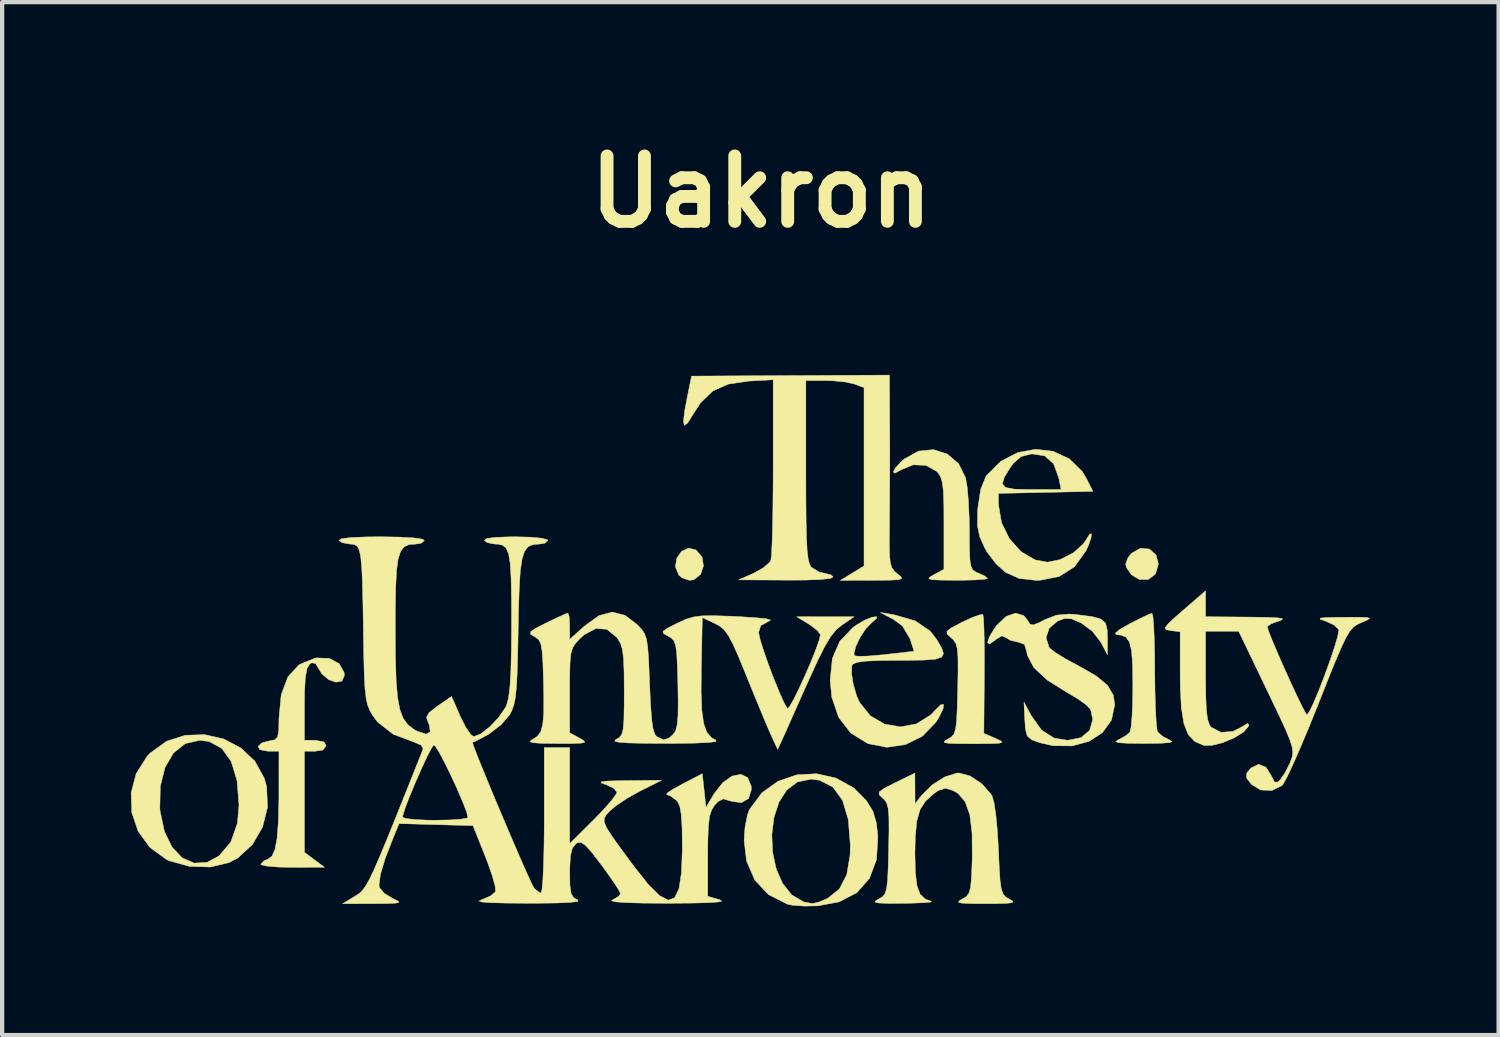
<source format=kicad_pcb>
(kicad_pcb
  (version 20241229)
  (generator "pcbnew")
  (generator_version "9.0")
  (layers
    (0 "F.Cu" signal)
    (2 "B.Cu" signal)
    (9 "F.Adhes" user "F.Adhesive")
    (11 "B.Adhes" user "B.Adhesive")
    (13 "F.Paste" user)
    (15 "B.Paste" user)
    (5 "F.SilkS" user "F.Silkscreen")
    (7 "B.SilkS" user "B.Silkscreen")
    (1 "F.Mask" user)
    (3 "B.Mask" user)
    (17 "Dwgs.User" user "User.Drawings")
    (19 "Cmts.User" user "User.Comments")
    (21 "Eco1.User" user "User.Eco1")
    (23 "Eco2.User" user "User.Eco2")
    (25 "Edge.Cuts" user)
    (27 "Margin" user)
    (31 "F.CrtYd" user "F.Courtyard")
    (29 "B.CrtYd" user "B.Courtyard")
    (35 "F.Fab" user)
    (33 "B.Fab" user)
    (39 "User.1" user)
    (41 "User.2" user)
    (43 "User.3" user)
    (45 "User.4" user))
  (footprint "Uakron"
    (layer "F.Cu")
    (at 14.457 11.828)
    (property "Reference" "Uakron" (at 0.23 -10.41 0) (layer "F.SilkS") (effects (font (size 1.524 1.524) (thickness 0.3))))
    (attr through_hole)
    (fp_poly (pts (xy -1.291 -2.065) (xy -1.149 -1.899) (xy -1.116 -1.691) (xy -1.182 -1.497) (xy -1.335 -1.373) (xy -1.439 -1.355) (xy -1.618 -1.416) (xy -1.689 -1.477) (xy -1.77 -1.671) (xy -1.739 -1.871) (xy -1.627 -2.031) (xy -1.462 -2.107) (xy -1.291 -2.065)) (stroke (width 0.01) (type solid)) (fill yes) (layer "F.SilkS"))
    (fp_poly (pts (xy 9.274 -2.085) (xy 9.43 -1.946) (xy 9.483 -1.736) (xy 9.417 -1.506) (xy 9.254 -1.378) (xy 9.043 -1.373) (xy 8.854 -1.488) (xy 8.746 -1.644) (xy 8.721 -1.736) (xy 8.776 -1.884) (xy 8.854 -1.984) (xy 9.066 -2.104) (xy 9.274 -2.085)) (stroke (width 0.01) (type solid)) (fill yes) (layer "F.SilkS"))
    (fp_poly (pts (xy 5.409 -0.465) (xy 5.42 -0.229) (xy 5.427 0.116) (xy 5.429 0.543) (xy 5.428 0.846) (xy 5.417 2.209) (xy 5.693 2.329) (xy 5.811 2.384) (xy 5.843 2.419) (xy 5.77 2.439) (xy 5.57 2.448) (xy 5.224 2.451) (xy 5.165 2.451) (xy 4.799 2.449) (xy 4.581 2.44) (xy 4.491 2.419) (xy 4.507 2.383) (xy 4.572 2.346) (xy 4.66 2.295) (xy 4.72 2.226) (xy 4.759 2.109) (xy 4.783 1.913) (xy 4.797 1.608) (xy 4.808 1.183) (xy 4.816 0.74) (xy 4.814 0.435) (xy 4.798 0.236) (xy 4.764 0.112) (xy 4.707 0.029) (xy 4.655 -0.017) (xy 4.563 -0.102) (xy 4.555 -0.168) (xy 4.653 -0.245) (xy 4.878 -0.364) (xy 4.914 -0.383) (xy 5.156 -0.495) (xy 5.333 -0.557) (xy 5.395 -0.56) (xy 5.409 -0.465)) (stroke (width 0.01) (type solid)) (fill yes) (layer "F.SilkS"))
    (fp_poly (pts (xy 9.356 -0.51) (xy 9.375 -0.291) (xy 9.389 0.041) (xy 9.398 0.457) (xy 9.399 0.741) (xy 9.404 1.204) (xy 9.415 1.611) (xy 9.432 1.929) (xy 9.452 2.128) (xy 9.465 2.176) (xy 9.589 2.283) (xy 9.739 2.361) (xy 9.8 2.4) (xy 9.738 2.426) (xy 9.538 2.44) (xy 9.186 2.445) (xy 9.144 2.445) (xy 8.776 2.441) (xy 8.563 2.428) (xy 8.489 2.403) (xy 8.538 2.365) (xy 8.549 2.361) (xy 8.731 2.261) (xy 8.823 2.176) (xy 8.849 2.055) (xy 8.87 1.802) (xy 8.884 1.457) (xy 8.889 1.096) (xy 8.883 0.624) (xy 8.86 0.295) (xy 8.811 0.085) (xy 8.728 -0.032) (xy 8.603 -0.081) (xy 8.513 -0.089) (xy 8.474 -0.122) (xy 8.587 -0.214) (xy 8.805 -0.339) (xy 9.059 -0.468) (xy 9.253 -0.559) (xy 9.335 -0.589) (xy 9.356 -0.51)) (stroke (width 0.01) (type solid)) (fill yes) (layer "F.SilkS"))
    (fp_poly (pts (xy 4.565 -4.299) (xy 4.83 -4.072) (xy 4.992 -3.743) (xy 5.029 -3.526) (xy 5.058 -3.191) (xy 5.076 -2.792) (xy 5.08 -2.517) (xy 5.081 -2.114) (xy 5.091 -1.848) (xy 5.115 -1.687) (xy 5.16 -1.597) (xy 5.234 -1.547) (xy 5.292 -1.524) (xy 5.448 -1.45) (xy 5.503 -1.399) (xy 5.425 -1.38) (xy 5.216 -1.365) (xy 4.914 -1.358) (xy 4.763 -1.358) (xy 4.413 -1.361) (xy 4.21 -1.371) (xy 4.133 -1.393) (xy 4.159 -1.432) (xy 4.255 -1.488) (xy 4.487 -1.614) (xy 4.487 -2.67) (xy 4.485 -3.118) (xy 4.474 -3.429) (xy 4.45 -3.635) (xy 4.409 -3.77) (xy 4.347 -3.864) (xy 4.318 -3.895) (xy 4.067 -4.036) (xy 3.767 -4.047) (xy 3.49 -3.932) (xy 3.347 -3.854) (xy 3.306 -3.878) (xy 3.36 -3.979) (xy 3.503 -4.131) (xy 3.562 -4.183) (xy 3.894 -4.367) (xy 4.241 -4.402) (xy 4.565 -4.299)) (stroke (width 0.01) (type solid)) (fill yes) (layer "F.SilkS"))
    (fp_poly (pts (xy -12.295 2.34) (xy -11.895 2.55) (xy -11.569 2.857) (xy -11.349 3.254) (xy -11.294 3.45) (xy -11.274 3.932) (xy -11.39 4.394) (xy -11.625 4.799) (xy -11.96 5.109) (xy -12.167 5.22) (xy -12.607 5.324) (xy -13.094 5.309) (xy -13.557 5.18) (xy -13.634 5.144) (xy -14.021 4.861) (xy -14.29 4.487) (xy -14.436 4.055) (xy -14.439 3.951) (xy -13.783 3.951) (xy -13.776 4.027) (xy -13.677 4.493) (xy -13.5 4.859) (xy -13.262 5.11) (xy -12.982 5.233) (xy -12.68 5.214) (xy -12.405 5.066) (xy -12.13 4.743) (xy -11.975 4.303) (xy -11.938 3.876) (xy -11.985 3.307) (xy -12.119 2.866) (xy -12.338 2.561) (xy -12.637 2.398) (xy -12.854 2.371) (xy -13.191 2.448) (xy -13.464 2.665) (xy -13.661 3.002) (xy -13.771 3.437) (xy -13.783 3.951) (xy -14.439 3.951) (xy -14.452 3.598) (xy -14.335 3.149) (xy -14.079 2.744) (xy -14.01 2.67) (xy -13.627 2.394) (xy -13.193 2.254) (xy -12.738 2.239) (xy -12.295 2.34)) (stroke (width 0.01) (type solid)) (fill yes) (layer "F.SilkS"))
    (fp_poly (pts (xy 1.972 3.251) (xy 2.386 3.481) (xy 2.68 3.778) (xy 2.83 4.019) (xy 2.912 4.291) (xy 2.948 4.61) (xy 2.916 5.151) (xy 2.751 5.59) (xy 2.458 5.921) (xy 2.042 6.137) (xy 1.543 6.229) (xy 1.232 6.234) (xy 0.959 6.214) (xy 0.839 6.189) (xy 0.399 5.966) (xy 0.08 5.627) (xy -0.112 5.184) (xy -0.169 4.704) (xy -0.16 4.567) (xy 0.477 4.567) (xy 0.494 4.974) (xy 0.577 5.363) (xy 0.727 5.706) (xy 0.941 5.974) (xy 1.221 6.138) (xy 1.422 6.175) (xy 1.57 6.142) (xy 1.774 6.055) (xy 1.781 6.052) (xy 2.051 5.834) (xy 2.223 5.502) (xy 2.3 5.044) (xy 2.306 4.812) (xy 2.258 4.217) (xy 2.123 3.768) (xy 1.901 3.463) (xy 1.592 3.303) (xy 1.393 3.277) (xy 1.076 3.34) (xy 0.825 3.529) (xy 0.642 3.815) (xy 0.526 4.171) (xy 0.477 4.567) (xy -0.16 4.567) (xy -0.147 4.39) (xy -0.091 4.108) (xy -0.047 3.988) (xy 0.242 3.597) (xy 0.62 3.326) (xy 1.056 3.176) (xy 1.518 3.15) (xy 1.972 3.251)) (stroke (width 0.01) (type solid)) (fill yes) (layer "F.SilkS"))
    (fp_poly (pts (xy -9.832 0.463) (xy -9.606 0.584) (xy -9.49 0.789) (xy -9.483 0.865) (xy -9.54 0.99) (xy -9.679 1.017) (xy -9.85 0.958) (xy -10.006 0.824) (xy -10.06 0.736) (xy -10.155 0.581) (xy -10.244 0.565) (xy -10.294 0.598) (xy -10.354 0.701) (xy -10.392 0.906) (xy -10.411 1.237) (xy -10.414 1.534) (xy -10.414 2.371) (xy -10.16 2.371) (xy -9.958 2.409) (xy -9.906 2.498) (xy -9.982 2.598) (xy -10.16 2.625) (xy -10.414 2.625) (xy -10.414 4.981) (xy -9.948 5.329) (xy -10.689 5.331) (xy -11.02 5.325) (xy -11.274 5.304) (xy -11.414 5.274) (xy -11.43 5.259) (xy -11.36 5.179) (xy -11.274 5.144) (xy -11.174 5.076) (xy -11.101 4.919) (xy -11.051 4.655) (xy -11.021 4.266) (xy -11.008 3.732) (xy -11.008 3.535) (xy -11.007 2.625) (xy -11.268 2.625) (xy -11.451 2.59) (xy -11.493 2.511) (xy -11.399 2.428) (xy -11.233 2.386) (xy -11.107 2.361) (xy -11.04 2.295) (xy -11.012 2.146) (xy -11.007 1.872) (xy -11.007 1.854) (xy -10.954 1.306) (xy -10.797 0.89) (xy -10.535 0.608) (xy -10.169 0.458) (xy -10.126 0.451) (xy -9.832 0.463)) (stroke (width 0.01) (type solid)) (fill yes) (layer "F.SilkS"))
    (fp_poly (pts (xy 7.033 -4.362) (xy 7.406 -4.189) (xy 7.708 -3.894) (xy 7.81 -3.724) (xy 7.958 -3.429) (xy 6.858 -3.405) (xy 5.757 -3.382) (xy 5.759 -3.109) (xy 5.829 -2.697) (xy 6.014 -2.324) (xy 6.284 -2.025) (xy 6.611 -1.832) (xy 6.9 -1.779) (xy 7.199 -1.841) (xy 7.503 -1.998) (xy 7.738 -2.209) (xy 7.791 -2.289) (xy 7.883 -2.432) (xy 7.924 -2.441) (xy 7.914 -2.344) (xy 7.854 -2.17) (xy 7.792 -2.037) (xy 7.526 -1.67) (xy 7.172 -1.445) (xy 6.72 -1.357) (xy 6.638 -1.355) (xy 6.241 -1.399) (xy 5.922 -1.543) (xy 5.918 -1.546) (xy 5.702 -1.741) (xy 5.497 -2.008) (xy 5.434 -2.117) (xy 5.32 -2.376) (xy 5.269 -2.623) (xy 5.27 -2.936) (xy 5.277 -3.037) (xy 5.343 -3.476) (xy 5.396 -3.606) (xy 5.848 -3.606) (xy 5.921 -3.52) (xy 6.127 -3.481) (xy 6.484 -3.471) (xy 6.53 -3.471) (xy 7.218 -3.471) (xy 7.164 -3.741) (xy 7.042 -4.072) (xy 6.835 -4.257) (xy 6.538 -4.302) (xy 6.526 -4.301) (xy 6.284 -4.24) (xy 6.099 -4.076) (xy 6.035 -3.988) (xy 5.892 -3.756) (xy 5.848 -3.606) (xy 5.396 -3.606) (xy 5.465 -3.776) (xy 5.481 -3.799) (xy 5.813 -4.13) (xy 6.205 -4.333) (xy 6.622 -4.41) (xy 7.033 -4.362)) (stroke (width 0.01) (type solid)) (fill yes) (layer "F.SilkS"))
    (fp_poly (pts (xy 3.341 -0.55) (xy 3.816 -0.413) (xy 4.162 -0.178) (xy 4.321 0.025) (xy 4.431 0.216) (xy 4.476 0.349) (xy 4.435 0.433) (xy 4.29 0.481) (xy 4.021 0.502) (xy 3.608 0.508) (xy 3.438 0.508) (xy 2.975 0.512) (xy 2.657 0.527) (xy 2.461 0.555) (xy 2.363 0.597) (xy 2.344 0.625) (xy 2.332 0.802) (xy 2.374 1.063) (xy 2.453 1.336) (xy 2.519 1.485) (xy 2.773 1.801) (xy 3.104 1.994) (xy 3.474 2.058) (xy 3.845 1.989) (xy 4.177 1.782) (xy 4.27 1.684) (xy 4.412 1.544) (xy 4.478 1.535) (xy 4.467 1.637) (xy 4.375 1.828) (xy 4.295 1.956) (xy 3.987 2.274) (xy 3.592 2.471) (xy 3.155 2.534) (xy 2.719 2.449) (xy 2.709 2.445) (xy 2.316 2.202) (xy 2.035 1.839) (xy 1.874 1.368) (xy 1.836 0.971) (xy 1.887 0.465) (xy 2.059 0.065) (xy 2.363 -0.254) (xy 2.451 -0.317) (xy 2.645 -0.43) (xy 2.809 -0.496) (xy 2.912 -0.511) (xy 2.92 -0.471) (xy 2.805 -0.37) (xy 2.804 -0.37) (xy 2.666 -0.229) (xy 2.533 -0.026) (xy 2.432 0.185) (xy 2.391 0.349) (xy 2.406 0.402) (xy 2.505 0.414) (xy 2.729 0.407) (xy 3.035 0.381) (xy 3.121 0.372) (xy 3.792 0.296) (xy 3.695 0) (xy 3.518 -0.295) (xy 3.302 -0.452) (xy 3.006 -0.607) (xy 3.341 -0.55)) (stroke (width 0.01) (type solid)) (fill yes) (layer "F.SilkS"))
    (fp_poly (pts (xy 3.224 -4.953) (xy 3.226 -4.394) (xy 3.225 -3.774) (xy 3.222 -3.172) (xy 3.218 -2.714) (xy 3.214 -2.275) (xy 3.218 -1.972) (xy 3.236 -1.775) (xy 3.272 -1.651) (xy 3.331 -1.569) (xy 3.401 -1.51) (xy 3.488 -1.438) (xy 3.503 -1.394) (xy 3.424 -1.37) (xy 3.227 -1.36) (xy 2.887 -1.357) (xy 2.836 -1.357) (xy 2.074 -1.355) (xy 2.349 -1.523) (xy 2.625 -1.691) (xy 2.625 -5.846) (xy 2.407 -5.929) (xy 2.197 -5.976) (xy 1.902 -6.006) (xy 1.73 -6.011) (xy 1.27 -6.011) (xy 1.27 -3.901) (xy 1.271 -3.234) (xy 1.276 -2.717) (xy 1.285 -2.33) (xy 1.3 -2.051) (xy 1.322 -1.861) (xy 1.352 -1.741) (xy 1.392 -1.669) (xy 1.403 -1.657) (xy 1.58 -1.548) (xy 1.694 -1.524) (xy 1.854 -1.484) (xy 1.905 -1.439) (xy 1.848 -1.402) (xy 1.629 -1.376) (xy 1.252 -1.362) (xy 0.83 -1.361) (xy -0.296 -1.367) (xy 0.051 -1.521) (xy 0.276 -1.646) (xy 0.427 -1.777) (xy 0.453 -1.819) (xy 0.469 -1.941) (xy 0.482 -2.207) (xy 0.494 -2.591) (xy 0.502 -3.07) (xy 0.507 -3.616) (xy 0.508 -3.996) (xy 0.508 -6.03) (xy -0.064 -5.998) (xy -0.539 -5.928) (xy -0.9 -5.767) (xy -1.186 -5.49) (xy -1.359 -5.224) (xy -1.487 -5.02) (xy -1.561 -4.965) (xy -1.582 -5.062) (xy -1.552 -5.316) (xy -1.502 -5.58) (xy -1.394 -6.115) (xy 0.912 -6.127) (xy 3.217 -6.138) (xy 3.224 -4.953)) (stroke (width 0.01) (type solid)) (fill yes) (layer "F.SilkS"))
    (fp_poly (pts (xy 6.347 -0.534) (xy 6.43 -0.432) (xy 6.493 -0.335) (xy 6.571 -0.317) (xy 6.719 -0.377) (xy 6.835 -0.438) (xy 7.109 -0.545) (xy 7.402 -0.571) (xy 7.592 -0.556) (xy 7.936 -0.512) (xy 8.145 -0.454) (xy 8.253 -0.358) (xy 8.292 -0.197) (xy 8.297 -0.013) (xy 8.297 0.378) (xy 8.142 0.083) (xy 7.947 -0.167) (xy 7.688 -0.361) (xy 7.679 -0.366) (xy 7.457 -0.46) (xy 7.295 -0.467) (xy 7.136 -0.407) (xy 6.94 -0.241) (xy 6.867 -0.02) (xy 6.934 0.199) (xy 6.952 0.223) (xy 7.078 0.324) (xy 7.309 0.467) (xy 7.599 0.624) (xy 7.63 0.64) (xy 8.036 0.872) (xy 8.298 1.091) (xy 8.434 1.321) (xy 8.467 1.539) (xy 8.391 1.9) (xy 8.183 2.19) (xy 7.87 2.395) (xy 7.476 2.502) (xy 7.031 2.498) (xy 6.731 2.43) (xy 6.529 2.357) (xy 6.427 2.268) (xy 6.385 2.108) (xy 6.372 1.903) (xy 6.351 1.482) (xy 6.519 1.794) (xy 6.762 2.133) (xy 7.054 2.32) (xy 7.372 2.371) (xy 7.684 2.308) (xy 7.884 2.138) (xy 7.954 1.886) (xy 7.907 1.658) (xy 7.81 1.551) (xy 7.606 1.404) (xy 7.366 1.263) (xy 6.896 0.97) (xy 6.582 0.678) (xy 6.43 0.391) (xy 6.417 0.313) (xy 6.364 0.137) (xy 6.226 0.085) (xy 6.221 0.085) (xy 6.029 0.039) (xy 5.946 -0.015) (xy 5.837 -0.062) (xy 5.695 0.022) (xy 5.675 0.041) (xy 5.546 0.128) (xy 5.503 0.097) (xy 5.542 -0.031) (xy 5.66 -0.229) (xy 5.719 -0.31) (xy 5.937 -0.515) (xy 6.158 -0.592) (xy 6.347 -0.534)) (stroke (width 0.01) (type solid)) (fill yes) (layer "F.SilkS"))
    (fp_poly (pts (xy 5.095 3.202) (xy 5.365 3.381) (xy 5.583 3.626) (xy 5.609 3.668) (xy 5.655 3.828) (xy 5.698 4.12) (xy 5.734 4.508) (xy 5.757 4.908) (xy 5.776 5.348) (xy 5.796 5.649) (xy 5.824 5.841) (xy 5.867 5.956) (xy 5.93 6.025) (xy 6.011 6.071) (xy 6.093 6.122) (xy 6.082 6.153) (xy 5.957 6.17) (xy 5.697 6.177) (xy 5.461 6.178) (xy 5.108 6.176) (xy 4.902 6.165) (xy 4.824 6.143) (xy 4.85 6.105) (xy 4.911 6.071) (xy 5.007 6.014) (xy 5.069 5.934) (xy 5.108 5.798) (xy 5.129 5.571) (xy 5.143 5.218) (xy 5.146 5.103) (xy 5.142 4.533) (xy 5.09 4.107) (xy 4.983 3.806) (xy 4.817 3.61) (xy 4.701 3.541) (xy 4.522 3.489) (xy 4.363 3.537) (xy 4.252 3.613) (xy 4.06 3.785) (xy 3.931 3.985) (xy 3.855 4.251) (xy 3.819 4.62) (xy 3.811 5) (xy 3.821 5.45) (xy 3.859 5.76) (xy 3.933 5.958) (xy 4.055 6.072) (xy 4.191 6.121) (xy 4.187 6.139) (xy 4.041 6.154) (xy 3.78 6.165) (xy 3.556 6.17) (xy 3.19 6.171) (xy 2.973 6.163) (xy 2.883 6.144) (xy 2.9 6.108) (xy 2.963 6.071) (xy 3.051 6.02) (xy 3.112 5.951) (xy 3.15 5.834) (xy 3.174 5.638) (xy 3.188 5.333) (xy 3.199 4.908) (xy 3.207 4.464) (xy 3.205 4.157) (xy 3.188 3.957) (xy 3.153 3.832) (xy 3.097 3.752) (xy 3.059 3.718) (xy 2.977 3.639) (xy 2.979 3.574) (xy 3.087 3.495) (xy 3.323 3.373) (xy 3.352 3.359) (xy 3.81 3.135) (xy 3.812 3.493) (xy 3.814 3.852) (xy 3.963 3.659) (xy 4.214 3.409) (xy 4.512 3.222) (xy 4.795 3.135) (xy 4.836 3.133) (xy 5.095 3.202)) (stroke (width 0.01) (type solid)) (fill yes) (layer "F.SilkS"))
    (fp_poly (pts (xy 10.583 -0.508) (xy 11.578 -0.5) (xy 11.994 -0.494) (xy 12.254 -0.483) (xy 12.372 -0.464) (xy 12.363 -0.436) (xy 12.298 -0.413) (xy 12.112 -0.344) (xy 12.023 -0.279) (xy 12.021 -0.273) (xy 12.053 -0.167) (xy 12.139 0.052) (xy 12.265 0.347) (xy 12.413 0.683) (xy 12.568 1.027) (xy 12.715 1.342) (xy 12.838 1.594) (xy 12.921 1.747) (xy 12.945 1.777) (xy 13.003 1.703) (xy 13.098 1.504) (xy 13.218 1.22) (xy 13.347 0.886) (xy 13.473 0.541) (xy 13.581 0.222) (xy 13.658 -0.033) (xy 13.688 -0.188) (xy 13.686 -0.21) (xy 13.579 -0.315) (xy 13.38 -0.406) (xy 13.36 -0.412) (xy 13.251 -0.451) (xy 13.257 -0.475) (xy 13.395 -0.489) (xy 13.682 -0.495) (xy 13.801 -0.496) (xy 14.147 -0.497) (xy 14.342 -0.491) (xy 14.407 -0.472) (xy 14.361 -0.436) (xy 14.222 -0.375) (xy 14.215 -0.372) (xy 14.114 -0.326) (xy 14.027 -0.265) (xy 13.944 -0.169) (xy 13.853 -0.018) (xy 13.745 0.209) (xy 13.606 0.533) (xy 13.428 0.974) (xy 13.21 1.524) (xy 13.001 2.044) (xy 12.803 2.515) (xy 12.629 2.913) (xy 12.488 3.213) (xy 12.392 3.391) (xy 12.366 3.425) (xy 12.13 3.54) (xy 11.866 3.529) (xy 11.655 3.401) (xy 11.537 3.247) (xy 11.541 3.136) (xy 11.644 3.015) (xy 11.82 2.929) (xy 11.989 2.998) (xy 12.117 3.201) (xy 12.189 3.344) (xy 12.264 3.344) (xy 12.319 3.295) (xy 12.43 3.137) (xy 12.545 2.909) (xy 12.558 2.879) (xy 12.598 2.769) (xy 12.616 2.665) (xy 12.603 2.541) (xy 12.552 2.372) (xy 12.453 2.133) (xy 12.299 1.798) (xy 12.081 1.343) (xy 12.016 1.206) (xy 11.355 -0.169) (xy 10.583 -0.169) (xy 10.583 0.883) (xy 10.588 1.348) (xy 10.602 1.672) (xy 10.631 1.885) (xy 10.676 2.015) (xy 10.716 2.068) (xy 10.945 2.187) (xy 11.222 2.164) (xy 11.422 2.062) (xy 11.56 1.979) (xy 11.594 2.006) (xy 11.586 2.04) (xy 11.473 2.175) (xy 11.253 2.313) (xy 10.982 2.427) (xy 10.719 2.492) (xy 10.543 2.491) (xy 10.333 2.401) (xy 10.18 2.238) (xy 10.078 1.982) (xy 10.018 1.608) (xy 9.993 1.098) (xy 9.991 0.873) (xy 9.991 -0.158) (xy 9.768 -0.185) (xy 9.666 -0.205) (xy 9.64 -0.247) (xy 9.704 -0.336) (xy 9.872 -0.494) (xy 10.064 -0.662) (xy 10.583 -1.112) (xy 10.583 -0.508)) (stroke (width 0.01) (type solid)) (fill yes) (layer "F.SilkS"))
    (fp_poly (pts (xy -2.941 -0.54) (xy -2.667 -0.331) (xy -2.565 -0.226) (xy -2.494 -0.124) (xy -2.446 0.006) (xy -2.415 0.199) (xy -2.394 0.485) (xy -2.377 0.898) (xy -2.371 1.063) (xy -2.348 1.552) (xy -2.322 1.897) (xy -2.287 2.12) (xy -2.241 2.245) (xy -2.201 2.288) (xy -2.041 2.361) (xy -1.914 2.317) (xy -1.824 2.235) (xy -1.765 2.149) (xy -1.728 2.009) (xy -1.709 1.786) (xy -1.706 1.449) (xy -1.712 1.073) (xy -1.724 0.641) (xy -1.739 0.347) (xy -1.764 0.16) (xy -1.805 0.05) (xy -1.869 -0.015) (xy -1.938 -0.054) (xy -2.046 -0.115) (xy -2.059 -0.168) (xy -1.956 -0.241) (xy -1.726 -0.357) (xy -1.534 -0.445) (xy -1.359 -0.5) (xy -1.16 -0.528) (xy -0.892 -0.533) (xy -0.514 -0.521) (xy -0.339 -0.513) (xy 0.088 -0.487) (xy 0.349 -0.46) (xy 0.449 -0.431) (xy 0.402 -0.401) (xy 0.219 -0.301) (xy 0.169 -0.142) (xy 0.2 0.01) (xy 0.28 0.27) (xy 0.394 0.594) (xy 0.523 0.936) (xy 0.652 1.253) (xy 0.763 1.5) (xy 0.839 1.632) (xy 0.841 1.634) (xy 0.891 1.584) (xy 0.988 1.414) (xy 1.113 1.16) (xy 1.252 0.858) (xy 1.387 0.545) (xy 1.502 0.258) (xy 1.582 0.033) (xy 1.609 -0.088) (xy 1.543 -0.182) (xy 1.38 -0.31) (xy 1.333 -0.34) (xy 1.058 -0.507) (xy 1.727 -0.508) (xy 2.396 -0.508) (xy 2.108 -0.314) (xy 1.977 -0.206) (xy 1.849 -0.048) (xy 1.709 0.186) (xy 1.541 0.522) (xy 1.328 0.988) (xy 1.312 1.022) (xy 1.124 1.444) (xy 0.954 1.826) (xy 0.817 2.134) (xy 0.727 2.334) (xy 0.709 2.374) (xy 0.614 2.582) (xy 0.475 2.286) (xy 0.392 2.098) (xy 0.263 1.792) (xy 0.104 1.407) (xy -0.07 0.982) (xy -0.107 0.89) (xy -0.288 0.447) (xy -0.426 0.135) (xy -0.537 -0.075) (xy -0.638 -0.209) (xy -0.745 -0.296) (xy -0.847 -0.35) (xy -1.143 -0.49) (xy -1.166 0.675) (xy -1.171 1.246) (xy -1.154 1.672) (xy -1.112 1.976) (xy -1.041 2.18) (xy -0.934 2.307) (xy -0.827 2.368) (xy -0.822 2.399) (xy -0.986 2.422) (xy -1.317 2.437) (xy -1.813 2.444) (xy -1.99 2.444) (xy -2.506 2.441) (xy -2.867 2.433) (xy -3.088 2.417) (xy -3.184 2.393) (xy -3.168 2.36) (xy -3.154 2.352) (xy -3.074 2.305) (xy -3.02 2.234) (xy -2.987 2.109) (xy -2.97 1.899) (xy -2.964 1.574) (xy -2.963 1.226) (xy -2.966 0.78) (xy -2.978 0.469) (xy -3.004 0.258) (xy -3.049 0.112) (xy -3.118 -0.003) (xy -3.139 -0.031) (xy -3.366 -0.215) (xy -3.621 -0.235) (xy -3.894 -0.09) (xy -3.986 -0.007) (xy -4.092 0.105) (xy -4.162 0.212) (xy -4.204 0.35) (xy -4.225 0.555) (xy -4.233 0.864) (xy -4.233 1.218) (xy -4.233 2.196) (xy -4 2.322) (xy -3.901 2.382) (xy -3.884 2.419) (xy -3.971 2.438) (xy -4.184 2.446) (xy -4.53 2.446) (xy -4.884 2.442) (xy -5.088 2.428) (xy -5.161 2.403) (xy -5.122 2.363) (xy -5.099 2.351) (xy -4.986 2.279) (xy -4.908 2.173) (xy -4.861 2.005) (xy -4.838 1.745) (xy -4.836 1.367) (xy -4.844 0.976) (xy -4.857 0.566) (xy -4.876 0.292) (xy -4.906 0.123) (xy -4.955 0.026) (xy -5.029 -0.032) (xy -5.055 -0.046) (xy -5.146 -0.102) (xy -5.145 -0.157) (xy -5.033 -0.235) (xy -4.789 -0.36) (xy -4.777 -0.365) (xy -4.527 -0.485) (xy -4.343 -0.568) (xy -4.274 -0.593) (xy -4.247 -0.518) (xy -4.234 -0.334) (xy -4.233 -0.286) (xy -4.233 0.02) (xy -3.894 -0.286) (xy -3.552 -0.533) (xy -3.24 -0.617) (xy -2.941 -0.54)) (stroke (width 0.01) (type solid)) (fill yes) (layer "F.SilkS"))
    (fp_poly (pts (xy -5.142 -2.362) (xy -4.88 -2.337) (xy -4.75 -2.3) (xy -4.741 -2.286) (xy -4.813 -2.221) (xy -4.94 -2.201) (xy -5.087 -2.19) (xy -5.199 -2.142) (xy -5.283 -2.038) (xy -5.342 -1.858) (xy -5.383 -1.582) (xy -5.408 -1.19) (xy -5.425 -0.663) (xy -5.433 -0.212) (xy -5.444 0.375) (xy -5.457 0.819) (xy -5.475 1.145) (xy -5.5 1.38) (xy -5.535 1.55) (xy -5.582 1.68) (xy -5.634 1.778) (xy -5.83 2.007) (xy -6.121 2.231) (xy -6.439 2.398) (xy -6.498 2.42) (xy -6.476 2.497) (xy -6.398 2.701) (xy -6.276 3.006) (xy -6.12 3.385) (xy -5.943 3.81) (xy -5.755 4.255) (xy -5.569 4.691) (xy -5.396 5.092) (xy -5.247 5.43) (xy -5.134 5.678) (xy -5.068 5.81) (xy -5.061 5.821) (xy -4.944 5.915) (xy -4.9 5.927) (xy -4.878 5.846) (xy -4.858 5.622) (xy -4.842 5.279) (xy -4.831 4.842) (xy -4.826 4.338) (xy -4.826 4.233) (xy -4.826 2.54) (xy -4.233 2.54) (xy -4.233 4.779) (xy -3.683 4.233) (xy -3.44 3.982) (xy -3.252 3.766) (xy -3.146 3.619) (xy -3.133 3.582) (xy -3.205 3.489) (xy -3.383 3.404) (xy -3.408 3.397) (xy -3.507 3.36) (xy -3.49 3.335) (xy -3.341 3.32) (xy -3.045 3.312) (xy -2.886 3.31) (xy -2.09 3.302) (xy -2.595 3.555) (xy -2.892 3.72) (xy -3.153 3.895) (xy -3.298 4.017) (xy -3.38 4.106) (xy -3.427 4.184) (xy -3.429 4.276) (xy -3.376 4.405) (xy -3.255 4.596) (xy -3.058 4.872) (xy -2.773 5.258) (xy -2.729 5.318) (xy -2.402 5.73) (xy -2.14 5.99) (xy -1.937 6.095) (xy -1.788 6.042) (xy -1.687 5.83) (xy -1.629 5.456) (xy -1.609 4.918) (xy -1.609 4.858) (xy -1.614 4.415) (xy -1.632 4.111) (xy -1.666 3.915) (xy -1.72 3.799) (xy -1.742 3.774) (xy -1.891 3.664) (xy -1.975 3.637) (xy -1.96 3.6) (xy -1.823 3.509) (xy -1.609 3.391) (xy -1.143 3.149) (xy -1.058 3.937) (xy -0.87 3.619) (xy -0.666 3.357) (xy -0.448 3.204) (xy -0.244 3.164) (xy -0.087 3.24) (xy -0.005 3.436) (xy 0 3.52) (xy -0.065 3.728) (xy -0.236 3.825) (xy -0.472 3.791) (xy -0.491 3.783) (xy -0.657 3.736) (xy -0.784 3.803) (xy -0.857 3.886) (xy -0.928 3.998) (xy -0.975 4.148) (xy -1.002 4.37) (xy -1.014 4.699) (xy -1.016 5.045) (xy -1.016 6.006) (xy -0.741 6.086) (xy -0.688 6.116) (xy -0.769 6.138) (xy -0.992 6.154) (xy -1.367 6.164) (xy -1.902 6.168) (xy -1.947 6.168) (xy -2.512 6.165) (xy -2.922 6.154) (xy -3.172 6.135) (xy -3.259 6.109) (xy -3.239 6.093) (xy -3.092 6.008) (xy -3.048 5.944) (xy -3.096 5.848) (xy -3.223 5.653) (xy -3.407 5.393) (xy -3.496 5.273) (xy -3.715 4.987) (xy -3.864 4.82) (xy -3.967 4.75) (xy -4.05 4.757) (xy -4.088 4.781) (xy -4.172 4.886) (xy -4.217 5.074) (xy -4.233 5.384) (xy -4.233 5.452) (xy -4.227 5.759) (xy -4.201 5.94) (xy -4.142 6.038) (xy -4.043 6.093) (xy -4.04 6.124) (xy -4.204 6.147) (xy -4.531 6.162) (xy -5.02 6.168) (xy -5.207 6.168) (xy -5.719 6.164) (xy -6.072 6.155) (xy -6.277 6.14) (xy -6.346 6.117) (xy -6.287 6.086) (xy -6.283 6.085) (xy -6.081 6) (xy -5.964 5.901) (xy -5.96 5.892) (xy -5.971 5.768) (xy -6.036 5.53) (xy -6.144 5.221) (xy -6.202 5.07) (xy -6.486 4.36) (xy -7.347 4.336) (xy -8.208 4.312) (xy -8.338 4.624) (xy -8.53 5.118) (xy -8.643 5.495) (xy -8.676 5.743) (xy -8.664 5.807) (xy -8.554 5.935) (xy -8.359 6.055) (xy -8.348 6.06) (xy -8.233 6.115) (xy -8.209 6.149) (xy -8.297 6.167) (xy -8.517 6.175) (xy -8.805 6.177) (xy -9.525 6.18) (xy -9.264 6.021) (xy -9.185 5.972) (xy -9.116 5.921) (xy -9.049 5.852) (xy -8.978 5.751) (xy -8.896 5.603) (xy -8.795 5.393) (xy -8.67 5.105) (xy -8.511 4.726) (xy -8.314 4.24) (xy -8.284 4.164) (xy -8.128 4.164) (xy -8.05 4.194) (xy -7.84 4.218) (xy -7.536 4.232) (xy -7.366 4.233) (xy -7.03 4.227) (xy -6.77 4.209) (xy -6.623 4.184) (xy -6.604 4.17) (xy -6.637 4.037) (xy -6.725 3.807) (xy -6.849 3.517) (xy -6.993 3.204) (xy -7.138 2.908) (xy -7.266 2.664) (xy -7.361 2.512) (xy -7.398 2.48) (xy -7.458 2.563) (xy -7.562 2.764) (xy -7.691 3.042) (xy -7.829 3.356) (xy -7.959 3.667) (xy -8.062 3.935) (xy -8.12 4.118) (xy -8.128 4.164) (xy -8.284 4.164) (xy -8.07 3.632) (xy -7.773 2.887) (xy -7.648 2.572) (xy -7.691 2.487) (xy -7.848 2.417) (xy -8.346 2.23) (xy -8.706 1.949) (xy -8.825 1.79) (xy -8.892 1.673) (xy -8.941 1.55) (xy -8.977 1.392) (xy -9.002 1.175) (xy -9.019 0.87) (xy -9.03 0.453) (xy -9.04 -0.105) (xy -9.04 -0.169) (xy -9.05 -0.807) (xy -9.062 -1.295) (xy -9.078 -1.654) (xy -9.102 -1.903) (xy -9.136 -2.062) (xy -9.184 -2.152) (xy -9.249 -2.191) (xy -9.333 -2.201) (xy -9.352 -2.201) (xy -9.531 -2.233) (xy -9.61 -2.286) (xy -9.554 -2.325) (xy -9.337 -2.353) (xy -8.966 -2.368) (xy -8.641 -2.371) (xy -8.194 -2.364) (xy -7.862 -2.345) (xy -7.666 -2.315) (xy -7.62 -2.286) (xy -7.692 -2.221) (xy -7.819 -2.201) (xy -7.971 -2.19) (xy -8.087 -2.141) (xy -8.172 -2.035) (xy -8.231 -1.853) (xy -8.268 -1.574) (xy -8.288 -1.179) (xy -8.296 -0.647) (xy -8.297 -0.218) (xy -8.293 0.449) (xy -8.277 0.968) (xy -8.245 1.362) (xy -8.191 1.653) (xy -8.112 1.861) (xy -8.002 2.01) (xy -7.857 2.121) (xy -7.783 2.162) (xy -7.578 2.228) (xy -7.481 2.172) (xy -7.506 2.008) (xy -7.532 1.953) (xy -7.568 1.835) (xy -7.51 1.728) (xy -7.333 1.588) (xy -7.303 1.567) (xy -6.985 1.349) (xy -6.781 1.817) (xy -6.657 2.066) (xy -6.54 2.236) (xy -6.47 2.286) (xy -6.306 2.222) (xy -6.097 2.059) (xy -5.892 1.843) (xy -5.735 1.617) (xy -5.703 1.552) (xy -5.658 1.385) (xy -5.625 1.118) (xy -5.603 0.735) (xy -5.591 0.217) (xy -5.588 -0.361) (xy -5.59 -0.965) (xy -5.599 -1.421) (xy -5.619 -1.748) (xy -5.655 -1.969) (xy -5.712 -2.104) (xy -5.793 -2.174) (xy -5.904 -2.199) (xy -5.981 -2.201) (xy -6.153 -2.235) (xy -6.223 -2.286) (xy -6.172 -2.329) (xy -5.962 -2.358) (xy -5.606 -2.37) (xy -5.508 -2.371) (xy -5.142 -2.362)) (stroke (width 0.01) (type solid)) (fill yes) (layer "F.SilkS")))
  (gr_rect
    (start -3 -3)
    (end 31.869 21.068)
    (stroke (width 0.1) (type default))
    (fill no)
    (layer "Edge.Cuts")))
</source>
